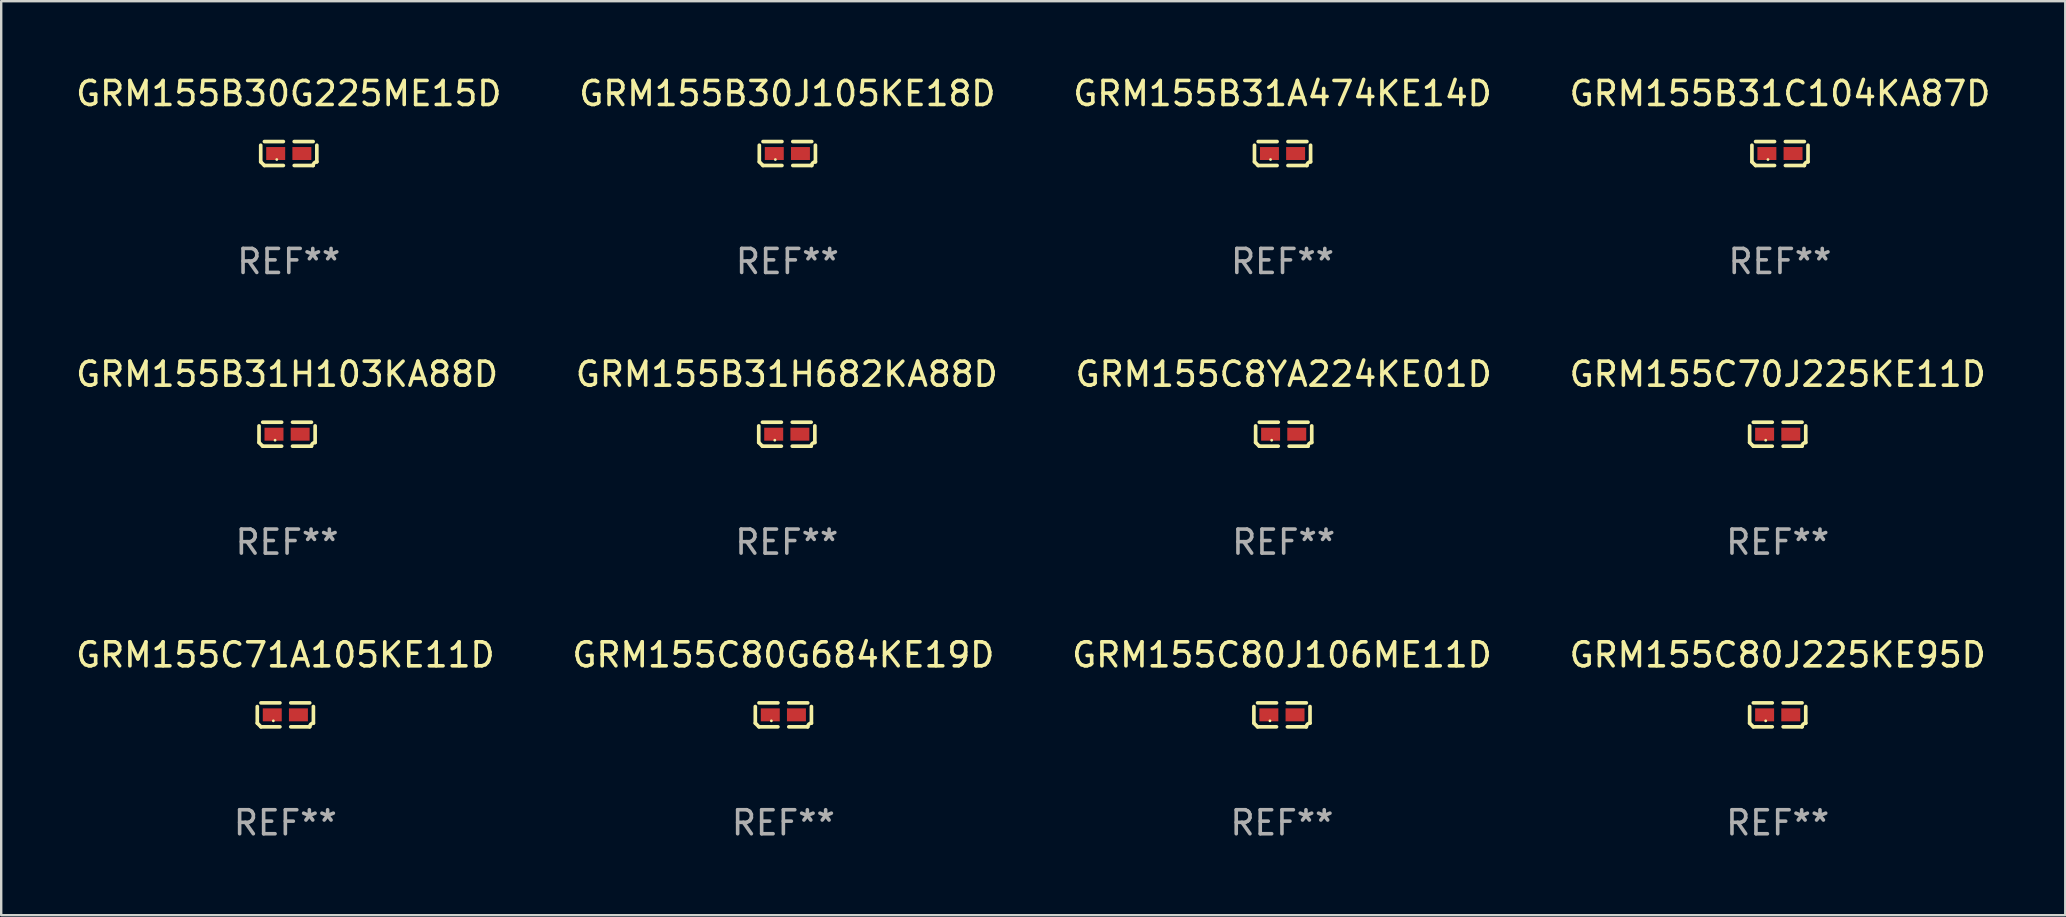
<source format=kicad_pcb>
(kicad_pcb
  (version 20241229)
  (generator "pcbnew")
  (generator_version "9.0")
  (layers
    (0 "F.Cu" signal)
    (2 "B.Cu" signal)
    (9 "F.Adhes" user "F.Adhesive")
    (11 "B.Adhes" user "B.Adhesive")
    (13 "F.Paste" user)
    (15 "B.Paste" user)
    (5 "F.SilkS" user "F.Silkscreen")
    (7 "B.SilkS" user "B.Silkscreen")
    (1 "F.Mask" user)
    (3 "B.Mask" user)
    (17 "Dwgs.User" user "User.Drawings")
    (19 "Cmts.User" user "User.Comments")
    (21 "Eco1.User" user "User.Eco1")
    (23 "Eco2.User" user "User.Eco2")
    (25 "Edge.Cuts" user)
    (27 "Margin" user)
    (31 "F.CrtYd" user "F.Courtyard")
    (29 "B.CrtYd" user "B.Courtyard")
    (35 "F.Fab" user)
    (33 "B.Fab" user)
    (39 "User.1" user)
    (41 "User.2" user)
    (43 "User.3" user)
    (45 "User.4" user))
  (footprint "GRM155C80G684KE19D"
    (layer "F.Cu")
    (at 29.589 26.734)
    (property "Reference" "GRM155C80G684KE19D" (at 0 -2.499 0) (layer "F.SilkS") (effects (font (size 1 1) (thickness 0.15))))
    (attr through_hole)
    (fp_line (start -1.169 0.346) (end -1.169 -0.346) (stroke (width 0.152) (type solid)) (layer "F.SilkS"))
    (fp_line (start -1.016 -0.499) (end -0.226 -0.499) (stroke (width 0.152) (type solid)) (layer "F.SilkS"))
    (fp_line (start -0.226 0.499) (end -1.016 0.499) (stroke (width 0.152) (type solid)) (layer "F.SilkS"))
    (fp_line (start 0.226 0.499) (end 1.016 0.499) (stroke (width 0.152) (type solid)) (layer "F.SilkS"))
    (fp_line (start 1.016 -0.499) (end 0.226 -0.499) (stroke (width 0.152) (type solid)) (layer "F.SilkS"))
    (fp_line (start 1.169 0.346) (end 1.169 -0.346) (stroke (width 0.152) (type solid)) (layer "F.SilkS"))
    (fp_arc (start -1.016307 0.498603) (mid -1.092512 0.422405) (end -1.16871 0.3462) (stroke (width 0.1524) (type solid)) (layer "F.SilkS"))
    (fp_arc (start 1.016307 0.498603) (mid 1.060899 0.390758) (end 1.168707 0.346076) (stroke (width 0.1524) (type solid)) (layer "F.SilkS"))
    (fp_circle (center -0.5 0.25) (end -0.47 0.25) (stroke (width 0.06) (type solid)) (fill no) (layer "F.SilkS"))
    (fp_text user "REF**" (at 0 4.499 0) (layer "F.Fab") (effects (font (size 1 1) (thickness 0.15))))
    (pad "1" smd rect (at -0.545 0) (size 0.79 0.54) (layers "F.Cu" "F.Mask" "F.Paste"))
    (pad "2" smd rect (at 0.545 0) (size 0.79 0.54) (layers "F.Cu" "F.Mask" "F.Paste")))
  (footprint "GRM155B30G225ME15D"
    (layer "F.Cu")
    (at 8.982 3.347)
    (property "Reference" "GRM155B30G225ME15D" (at 0 -2.499 0) (layer "F.SilkS") (effects (font (size 1 1) (thickness 0.15))))
    (attr through_hole)
    (fp_line (start -1.169 0.346) (end -1.169 -0.346) (stroke (width 0.152) (type solid)) (layer "F.SilkS"))
    (fp_line (start -1.016 -0.499) (end -0.226 -0.499) (stroke (width 0.152) (type solid)) (layer "F.SilkS"))
    (fp_line (start -0.226 0.499) (end -1.016 0.499) (stroke (width 0.152) (type solid)) (layer "F.SilkS"))
    (fp_line (start 0.226 0.499) (end 1.016 0.499) (stroke (width 0.152) (type solid)) (layer "F.SilkS"))
    (fp_line (start 1.016 -0.499) (end 0.226 -0.499) (stroke (width 0.152) (type solid)) (layer "F.SilkS"))
    (fp_line (start 1.169 0.346) (end 1.169 -0.346) (stroke (width 0.152) (type solid)) (layer "F.SilkS"))
    (fp_arc (start -1.016307 0.498603) (mid -1.092512 0.422405) (end -1.16871 0.3462) (stroke (width 0.1524) (type solid)) (layer "F.SilkS"))
    (fp_arc (start 1.016307 0.498603) (mid 1.060899 0.390758) (end 1.168707 0.346076) (stroke (width 0.1524) (type solid)) (layer "F.SilkS"))
    (fp_circle (center -0.5 0.25) (end -0.47 0.25) (stroke (width 0.06) (type solid)) (fill no) (layer "F.SilkS"))
    (fp_text user "REF**" (at 0 4.499 0) (layer "F.Fab") (effects (font (size 1 1) (thickness 0.15))))
    (pad "1" smd rect (at -0.545 0) (size 0.79 0.54) (layers "F.Cu" "F.Mask" "F.Paste"))
    (pad "2" smd rect (at 0.545 0) (size 0.79 0.54) (layers "F.Cu" "F.Mask" "F.Paste")))
  (footprint "GRM155B31A474KE14D"
    (layer "F.Cu")
    (at 50.387 3.347)
    (property "Reference" "GRM155B31A474KE14D" (at 0 -2.499 0) (layer "F.SilkS") (effects (font (size 1 1) (thickness 0.15))))
    (attr through_hole)
    (fp_line (start -1.169 0.346) (end -1.169 -0.346) (stroke (width 0.152) (type solid)) (layer "F.SilkS"))
    (fp_line (start -1.016 -0.499) (end -0.226 -0.499) (stroke (width 0.152) (type solid)) (layer "F.SilkS"))
    (fp_line (start -0.226 0.499) (end -1.016 0.499) (stroke (width 0.152) (type solid)) (layer "F.SilkS"))
    (fp_line (start 0.226 0.499) (end 1.016 0.499) (stroke (width 0.152) (type solid)) (layer "F.SilkS"))
    (fp_line (start 1.016 -0.499) (end 0.226 -0.499) (stroke (width 0.152) (type solid)) (layer "F.SilkS"))
    (fp_line (start 1.169 0.346) (end 1.169 -0.346) (stroke (width 0.152) (type solid)) (layer "F.SilkS"))
    (fp_arc (start -1.016307 0.498603) (mid -1.092512 0.422405) (end -1.16871 0.3462) (stroke (width 0.1524) (type solid)) (layer "F.SilkS"))
    (fp_arc (start 1.016307 0.498603) (mid 1.060899 0.390758) (end 1.168707 0.346076) (stroke (width 0.1524) (type solid)) (layer "F.SilkS"))
    (fp_circle (center -0.5 0.25) (end -0.47 0.25) (stroke (width 0.06) (type solid)) (fill no) (layer "F.SilkS"))
    (fp_text user "REF**" (at 0 4.499 0) (layer "F.Fab") (effects (font (size 1 1) (thickness 0.15))))
    (pad "1" smd rect (at -0.545 0) (size 0.79 0.54) (layers "F.Cu" "F.Mask" "F.Paste"))
    (pad "2" smd rect (at 0.545 0) (size 0.79 0.54) (layers "F.Cu" "F.Mask" "F.Paste")))
  (footprint "GRM155B31H103KA88D"
    (layer "F.Cu")
    (at 8.911 15.041)
    (property "Reference" "GRM155B31H103KA88D" (at 0 -2.499 0) (layer "F.SilkS") (effects (font (size 1 1) (thickness 0.15))))
    (attr through_hole)
    (fp_line (start -1.169 0.346) (end -1.169 -0.346) (stroke (width 0.152) (type solid)) (layer "F.SilkS"))
    (fp_line (start -1.016 -0.499) (end -0.226 -0.499) (stroke (width 0.152) (type solid)) (layer "F.SilkS"))
    (fp_line (start -0.226 0.499) (end -1.016 0.499) (stroke (width 0.152) (type solid)) (layer "F.SilkS"))
    (fp_line (start 0.226 0.499) (end 1.016 0.499) (stroke (width 0.152) (type solid)) (layer "F.SilkS"))
    (fp_line (start 1.016 -0.499) (end 0.226 -0.499) (stroke (width 0.152) (type solid)) (layer "F.SilkS"))
    (fp_line (start 1.169 0.346) (end 1.169 -0.346) (stroke (width 0.152) (type solid)) (layer "F.SilkS"))
    (fp_arc (start -1.016307 0.498603) (mid -1.092512 0.422405) (end -1.16871 0.3462) (stroke (width 0.1524) (type solid)) (layer "F.SilkS"))
    (fp_arc (start 1.016307 0.498603) (mid 1.060899 0.390758) (end 1.168707 0.346076) (stroke (width 0.1524) (type solid)) (layer "F.SilkS"))
    (fp_circle (center -0.5 0.25) (end -0.47 0.25) (stroke (width 0.06) (type solid)) (fill no) (layer "F.SilkS"))
    (fp_text user "REF**" (at 0 4.499 0) (layer "F.Fab") (effects (font (size 1 1) (thickness 0.15))))
    (pad "1" smd rect (at -0.545 0) (size 0.79 0.54) (layers "F.Cu" "F.Mask" "F.Paste"))
    (pad "2" smd rect (at 0.545 0) (size 0.79 0.54) (layers "F.Cu" "F.Mask" "F.Paste")))
  (footprint "GRM155C71A105KE11D"
    (layer "F.Cu")
    (at 8.839 26.734)
    (property "Reference" "GRM155C71A105KE11D" (at 0 -2.499 0) (layer "F.SilkS") (effects (font (size 1 1) (thickness 0.15))))
    (attr through_hole)
    (fp_line (start -1.169 0.346) (end -1.169 -0.346) (stroke (width 0.152) (type solid)) (layer "F.SilkS"))
    (fp_line (start -1.016 -0.499) (end -0.226 -0.499) (stroke (width 0.152) (type solid)) (layer "F.SilkS"))
    (fp_line (start -0.226 0.499) (end -1.016 0.499) (stroke (width 0.152) (type solid)) (layer "F.SilkS"))
    (fp_line (start 0.226 0.499) (end 1.016 0.499) (stroke (width 0.152) (type solid)) (layer "F.SilkS"))
    (fp_line (start 1.016 -0.499) (end 0.226 -0.499) (stroke (width 0.152) (type solid)) (layer "F.SilkS"))
    (fp_line (start 1.169 0.346) (end 1.169 -0.346) (stroke (width 0.152) (type solid)) (layer "F.SilkS"))
    (fp_arc (start -1.016307 0.498603) (mid -1.092512 0.422405) (end -1.16871 0.3462) (stroke (width 0.1524) (type solid)) (layer "F.SilkS"))
    (fp_arc (start 1.016307 0.498603) (mid 1.060899 0.390758) (end 1.168707 0.346076) (stroke (width 0.1524) (type solid)) (layer "F.SilkS"))
    (fp_circle (center -0.5 0.25) (end -0.47 0.25) (stroke (width 0.06) (type solid)) (fill no) (layer "F.SilkS"))
    (fp_text user "REF**" (at 0 4.499 0) (layer "F.Fab") (effects (font (size 1 1) (thickness 0.15))))
    (pad "1" smd rect (at -0.545 0) (size 0.79 0.54) (layers "F.Cu" "F.Mask" "F.Paste"))
    (pad "2" smd rect (at 0.545 0) (size 0.79 0.54) (layers "F.Cu" "F.Mask" "F.Paste")))
  (footprint "GRM155B31C104KA87D"
    (layer "F.Cu")
    (at 71.113 3.347)
    (property "Reference" "GRM155B31C104KA87D" (at 0 -2.499 0) (layer "F.SilkS") (effects (font (size 1 1) (thickness 0.15))))
    (attr through_hole)
    (fp_line (start -1.169 0.346) (end -1.169 -0.346) (stroke (width 0.152) (type solid)) (layer "F.SilkS"))
    (fp_line (start -1.016 -0.499) (end -0.226 -0.499) (stroke (width 0.152) (type solid)) (layer "F.SilkS"))
    (fp_line (start -0.226 0.499) (end -1.016 0.499) (stroke (width 0.152) (type solid)) (layer "F.SilkS"))
    (fp_line (start 0.226 0.499) (end 1.016 0.499) (stroke (width 0.152) (type solid)) (layer "F.SilkS"))
    (fp_line (start 1.016 -0.499) (end 0.226 -0.499) (stroke (width 0.152) (type solid)) (layer "F.SilkS"))
    (fp_line (start 1.169 0.346) (end 1.169 -0.346) (stroke (width 0.152) (type solid)) (layer "F.SilkS"))
    (fp_arc (start -1.016307 0.498603) (mid -1.092512 0.422405) (end -1.16871 0.3462) (stroke (width 0.1524) (type solid)) (layer "F.SilkS"))
    (fp_arc (start 1.016307 0.498603) (mid 1.060899 0.390758) (end 1.168707 0.346076) (stroke (width 0.1524) (type solid)) (layer "F.SilkS"))
    (fp_circle (center -0.5 0.25) (end -0.47 0.25) (stroke (width 0.06) (type solid)) (fill no) (layer "F.SilkS"))
    (fp_text user "REF**" (at 0 4.499 0) (layer "F.Fab") (effects (font (size 1 1) (thickness 0.15))))
    (pad "1" smd rect (at -0.545 0) (size 0.79 0.54) (layers "F.Cu" "F.Mask" "F.Paste"))
    (pad "2" smd rect (at 0.545 0) (size 0.79 0.54) (layers "F.Cu" "F.Mask" "F.Paste")))
  (footprint "GRM155C8YA224KE01D"
    (layer "F.Cu")
    (at 50.435 15.041)
    (property "Reference" "GRM155C8YA224KE01D" (at 0 -2.499 0) (layer "F.SilkS") (effects (font (size 1 1) (thickness 0.15))))
    (attr through_hole)
    (fp_line (start -1.169 0.346) (end -1.169 -0.346) (stroke (width 0.152) (type solid)) (layer "F.SilkS"))
    (fp_line (start -1.016 -0.499) (end -0.226 -0.499) (stroke (width 0.152) (type solid)) (layer "F.SilkS"))
    (fp_line (start -0.226 0.499) (end -1.016 0.499) (stroke (width 0.152) (type solid)) (layer "F.SilkS"))
    (fp_line (start 0.226 0.499) (end 1.016 0.499) (stroke (width 0.152) (type solid)) (layer "F.SilkS"))
    (fp_line (start 1.016 -0.499) (end 0.226 -0.499) (stroke (width 0.152) (type solid)) (layer "F.SilkS"))
    (fp_line (start 1.169 0.346) (end 1.169 -0.346) (stroke (width 0.152) (type solid)) (layer "F.SilkS"))
    (fp_arc (start -1.016307 0.498603) (mid -1.092512 0.422405) (end -1.16871 0.3462) (stroke (width 0.1524) (type solid)) (layer "F.SilkS"))
    (fp_arc (start 1.016307 0.498603) (mid 1.060899 0.390758) (end 1.168707 0.346076) (stroke (width 0.1524) (type solid)) (layer "F.SilkS"))
    (fp_circle (center -0.5 0.25) (end -0.47 0.25) (stroke (width 0.06) (type solid)) (fill no) (layer "F.SilkS"))
    (fp_text user "REF**" (at 0 4.499 0) (layer "F.Fab") (effects (font (size 1 1) (thickness 0.15))))
    (pad "1" smd rect (at -0.545 0) (size 0.79 0.54) (layers "F.Cu" "F.Mask" "F.Paste"))
    (pad "2" smd rect (at 0.545 0) (size 0.79 0.54) (layers "F.Cu" "F.Mask" "F.Paste")))
  (footprint "GRM155B31H682KA88D"
    (layer "F.Cu")
    (at 29.732 15.041)
    (property "Reference" "GRM155B31H682KA88D" (at 0 -2.499 0) (layer "F.SilkS") (effects (font (size 1 1) (thickness 0.15))))
    (attr through_hole)
    (fp_line (start -1.169 0.346) (end -1.169 -0.346) (stroke (width 0.152) (type solid)) (layer "F.SilkS"))
    (fp_line (start -1.016 -0.499) (end -0.226 -0.499) (stroke (width 0.152) (type solid)) (layer "F.SilkS"))
    (fp_line (start -0.226 0.499) (end -1.016 0.499) (stroke (width 0.152) (type solid)) (layer "F.SilkS"))
    (fp_line (start 0.226 0.499) (end 1.016 0.499) (stroke (width 0.152) (type solid)) (layer "F.SilkS"))
    (fp_line (start 1.016 -0.499) (end 0.226 -0.499) (stroke (width 0.152) (type solid)) (layer "F.SilkS"))
    (fp_line (start 1.169 0.346) (end 1.169 -0.346) (stroke (width 0.152) (type solid)) (layer "F.SilkS"))
    (fp_arc (start -1.016307 0.498603) (mid -1.092512 0.422405) (end -1.16871 0.3462) (stroke (width 0.1524) (type solid)) (layer "F.SilkS"))
    (fp_arc (start 1.016307 0.498603) (mid 1.060899 0.390758) (end 1.168707 0.346076) (stroke (width 0.1524) (type solid)) (layer "F.SilkS"))
    (fp_circle (center -0.5 0.25) (end -0.47 0.25) (stroke (width 0.06) (type solid)) (fill no) (layer "F.SilkS"))
    (fp_text user "REF**" (at 0 4.499 0) (layer "F.Fab") (effects (font (size 1 1) (thickness 0.15))))
    (pad "1" smd rect (at -0.545 0) (size 0.79 0.54) (layers "F.Cu" "F.Mask" "F.Paste"))
    (pad "2" smd rect (at 0.545 0) (size 0.79 0.54) (layers "F.Cu" "F.Mask" "F.Paste")))
  (footprint "GRM155C80J106ME11D"
    (layer "F.Cu")
    (at 50.363 26.734)
    (property "Reference" "GRM155C80J106ME11D" (at 0 -2.499 0) (layer "F.SilkS") (effects (font (size 1 1) (thickness 0.15))))
    (attr through_hole)
    (fp_line (start -1.169 0.346) (end -1.169 -0.346) (stroke (width 0.152) (type solid)) (layer "F.SilkS"))
    (fp_line (start -1.016 -0.499) (end -0.226 -0.499) (stroke (width 0.152) (type solid)) (layer "F.SilkS"))
    (fp_line (start -0.226 0.499) (end -1.016 0.499) (stroke (width 0.152) (type solid)) (layer "F.SilkS"))
    (fp_line (start 0.226 0.499) (end 1.016 0.499) (stroke (width 0.152) (type solid)) (layer "F.SilkS"))
    (fp_line (start 1.016 -0.499) (end 0.226 -0.499) (stroke (width 0.152) (type solid)) (layer "F.SilkS"))
    (fp_line (start 1.169 0.346) (end 1.169 -0.346) (stroke (width 0.152) (type solid)) (layer "F.SilkS"))
    (fp_arc (start -1.016307 0.498603) (mid -1.092512 0.422405) (end -1.16871 0.3462) (stroke (width 0.1524) (type solid)) (layer "F.SilkS"))
    (fp_arc (start 1.016307 0.498603) (mid 1.060899 0.390758) (end 1.168707 0.346076) (stroke (width 0.1524) (type solid)) (layer "F.SilkS"))
    (fp_circle (center -0.5 0.25) (end -0.47 0.25) (stroke (width 0.06) (type solid)) (fill no) (layer "F.SilkS"))
    (fp_text user "REF**" (at 0 4.499 0) (layer "F.Fab") (effects (font (size 1 1) (thickness 0.15))))
    (pad "1" smd rect (at -0.545 0) (size 0.79 0.54) (layers "F.Cu" "F.Mask" "F.Paste"))
    (pad "2" smd rect (at 0.545 0) (size 0.79 0.54) (layers "F.Cu" "F.Mask" "F.Paste")))
  (footprint "GRM155B30J105KE18D"
    (layer "F.Cu")
    (at 29.756 3.347)
    (property "Reference" "GRM155B30J105KE18D" (at 0 -2.499 0) (layer "F.SilkS") (effects (font (size 1 1) (thickness 0.15))))
    (attr through_hole)
    (fp_line (start -1.169 0.346) (end -1.169 -0.346) (stroke (width 0.152) (type solid)) (layer "F.SilkS"))
    (fp_line (start -1.016 -0.499) (end -0.226 -0.499) (stroke (width 0.152) (type solid)) (layer "F.SilkS"))
    (fp_line (start -0.226 0.499) (end -1.016 0.499) (stroke (width 0.152) (type solid)) (layer "F.SilkS"))
    (fp_line (start 0.226 0.499) (end 1.016 0.499) (stroke (width 0.152) (type solid)) (layer "F.SilkS"))
    (fp_line (start 1.016 -0.499) (end 0.226 -0.499) (stroke (width 0.152) (type solid)) (layer "F.SilkS"))
    (fp_line (start 1.169 0.346) (end 1.169 -0.346) (stroke (width 0.152) (type solid)) (layer "F.SilkS"))
    (fp_arc (start -1.016307 0.498603) (mid -1.092512 0.422405) (end -1.16871 0.3462) (stroke (width 0.1524) (type solid)) (layer "F.SilkS"))
    (fp_arc (start 1.016307 0.498603) (mid 1.060899 0.390758) (end 1.168707 0.346076) (stroke (width 0.1524) (type solid)) (layer "F.SilkS"))
    (fp_circle (center -0.5 0.25) (end -0.47 0.25) (stroke (width 0.06) (type solid)) (fill no) (layer "F.SilkS"))
    (fp_text user "REF**" (at 0 4.499 0) (layer "F.Fab") (effects (font (size 1 1) (thickness 0.15))))
    (pad "1" smd rect (at -0.545 0) (size 0.79 0.54) (layers "F.Cu" "F.Mask" "F.Paste"))
    (pad "2" smd rect (at 0.545 0) (size 0.79 0.54) (layers "F.Cu" "F.Mask" "F.Paste")))
  (footprint "GRM155C70J225KE11D"
    (layer "F.Cu")
    (at 71.018 15.041)
    (property "Reference" "GRM155C70J225KE11D" (at 0 -2.499 0) (layer "F.SilkS") (effects (font (size 1 1) (thickness 0.15))))
    (attr through_hole)
    (fp_line (start -1.169 0.346) (end -1.169 -0.346) (stroke (width 0.152) (type solid)) (layer "F.SilkS"))
    (fp_line (start -1.016 -0.499) (end -0.226 -0.499) (stroke (width 0.152) (type solid)) (layer "F.SilkS"))
    (fp_line (start -0.226 0.499) (end -1.016 0.499) (stroke (width 0.152) (type solid)) (layer "F.SilkS"))
    (fp_line (start 0.226 0.499) (end 1.016 0.499) (stroke (width 0.152) (type solid)) (layer "F.SilkS"))
    (fp_line (start 1.016 -0.499) (end 0.226 -0.499) (stroke (width 0.152) (type solid)) (layer "F.SilkS"))
    (fp_line (start 1.169 0.346) (end 1.169 -0.346) (stroke (width 0.152) (type solid)) (layer "F.SilkS"))
    (fp_arc (start -1.016307 0.498603) (mid -1.092512 0.422405) (end -1.16871 0.3462) (stroke (width 0.1524) (type solid)) (layer "F.SilkS"))
    (fp_arc (start 1.016307 0.498603) (mid 1.060899 0.390758) (end 1.168707 0.346076) (stroke (width 0.1524) (type solid)) (layer "F.SilkS"))
    (fp_circle (center -0.5 0.25) (end -0.47 0.25) (stroke (width 0.06) (type solid)) (fill no) (layer "F.SilkS"))
    (fp_text user "REF**" (at 0 4.499 0) (layer "F.Fab") (effects (font (size 1 1) (thickness 0.15))))
    (pad "1" smd rect (at -0.545 0) (size 0.79 0.54) (layers "F.Cu" "F.Mask" "F.Paste"))
    (pad "2" smd rect (at 0.545 0) (size 0.79 0.54) (layers "F.Cu" "F.Mask" "F.Paste")))
  (footprint "GRM155C80J225KE95D"
    (layer "F.Cu")
    (at 71.018 26.734)
    (property "Reference" "GRM155C80J225KE95D" (at 0 -2.499 0) (layer "F.SilkS") (effects (font (size 1 1) (thickness 0.15))))
    (attr through_hole)
    (fp_line (start -1.169 0.346) (end -1.169 -0.346) (stroke (width 0.152) (type solid)) (layer "F.SilkS"))
    (fp_line (start -1.016 -0.499) (end -0.226 -0.499) (stroke (width 0.152) (type solid)) (layer "F.SilkS"))
    (fp_line (start -0.226 0.499) (end -1.016 0.499) (stroke (width 0.152) (type solid)) (layer "F.SilkS"))
    (fp_line (start 0.226 0.499) (end 1.016 0.499) (stroke (width 0.152) (type solid)) (layer "F.SilkS"))
    (fp_line (start 1.016 -0.499) (end 0.226 -0.499) (stroke (width 0.152) (type solid)) (layer "F.SilkS"))
    (fp_line (start 1.169 0.346) (end 1.169 -0.346) (stroke (width 0.152) (type solid)) (layer "F.SilkS"))
    (fp_arc (start -1.016307 0.498603) (mid -1.092512 0.422405) (end -1.16871 0.3462) (stroke (width 0.1524) (type solid)) (layer "F.SilkS"))
    (fp_arc (start 1.016307 0.498603) (mid 1.060899 0.390758) (end 1.168707 0.346076) (stroke (width 0.1524) (type solid)) (layer "F.SilkS"))
    (fp_circle (center -0.5 0.25) (end -0.47 0.25) (stroke (width 0.06) (type solid)) (fill no) (layer "F.SilkS"))
    (fp_text user "REF**" (at 0 4.499 0) (layer "F.Fab") (effects (font (size 1 1) (thickness 0.15))))
    (pad "1" smd rect (at -0.545 0) (size 0.79 0.54) (layers "F.Cu" "F.Mask" "F.Paste"))
    (pad "2" smd rect (at 0.545 0) (size 0.79 0.54) (layers "F.Cu" "F.Mask" "F.Paste")))
  (gr_rect
    (start -3 -3)
    (end 83 35.081)
    (stroke (width 0.1) (type default))
    (fill no)
    (layer "Edge.Cuts")))
</source>
